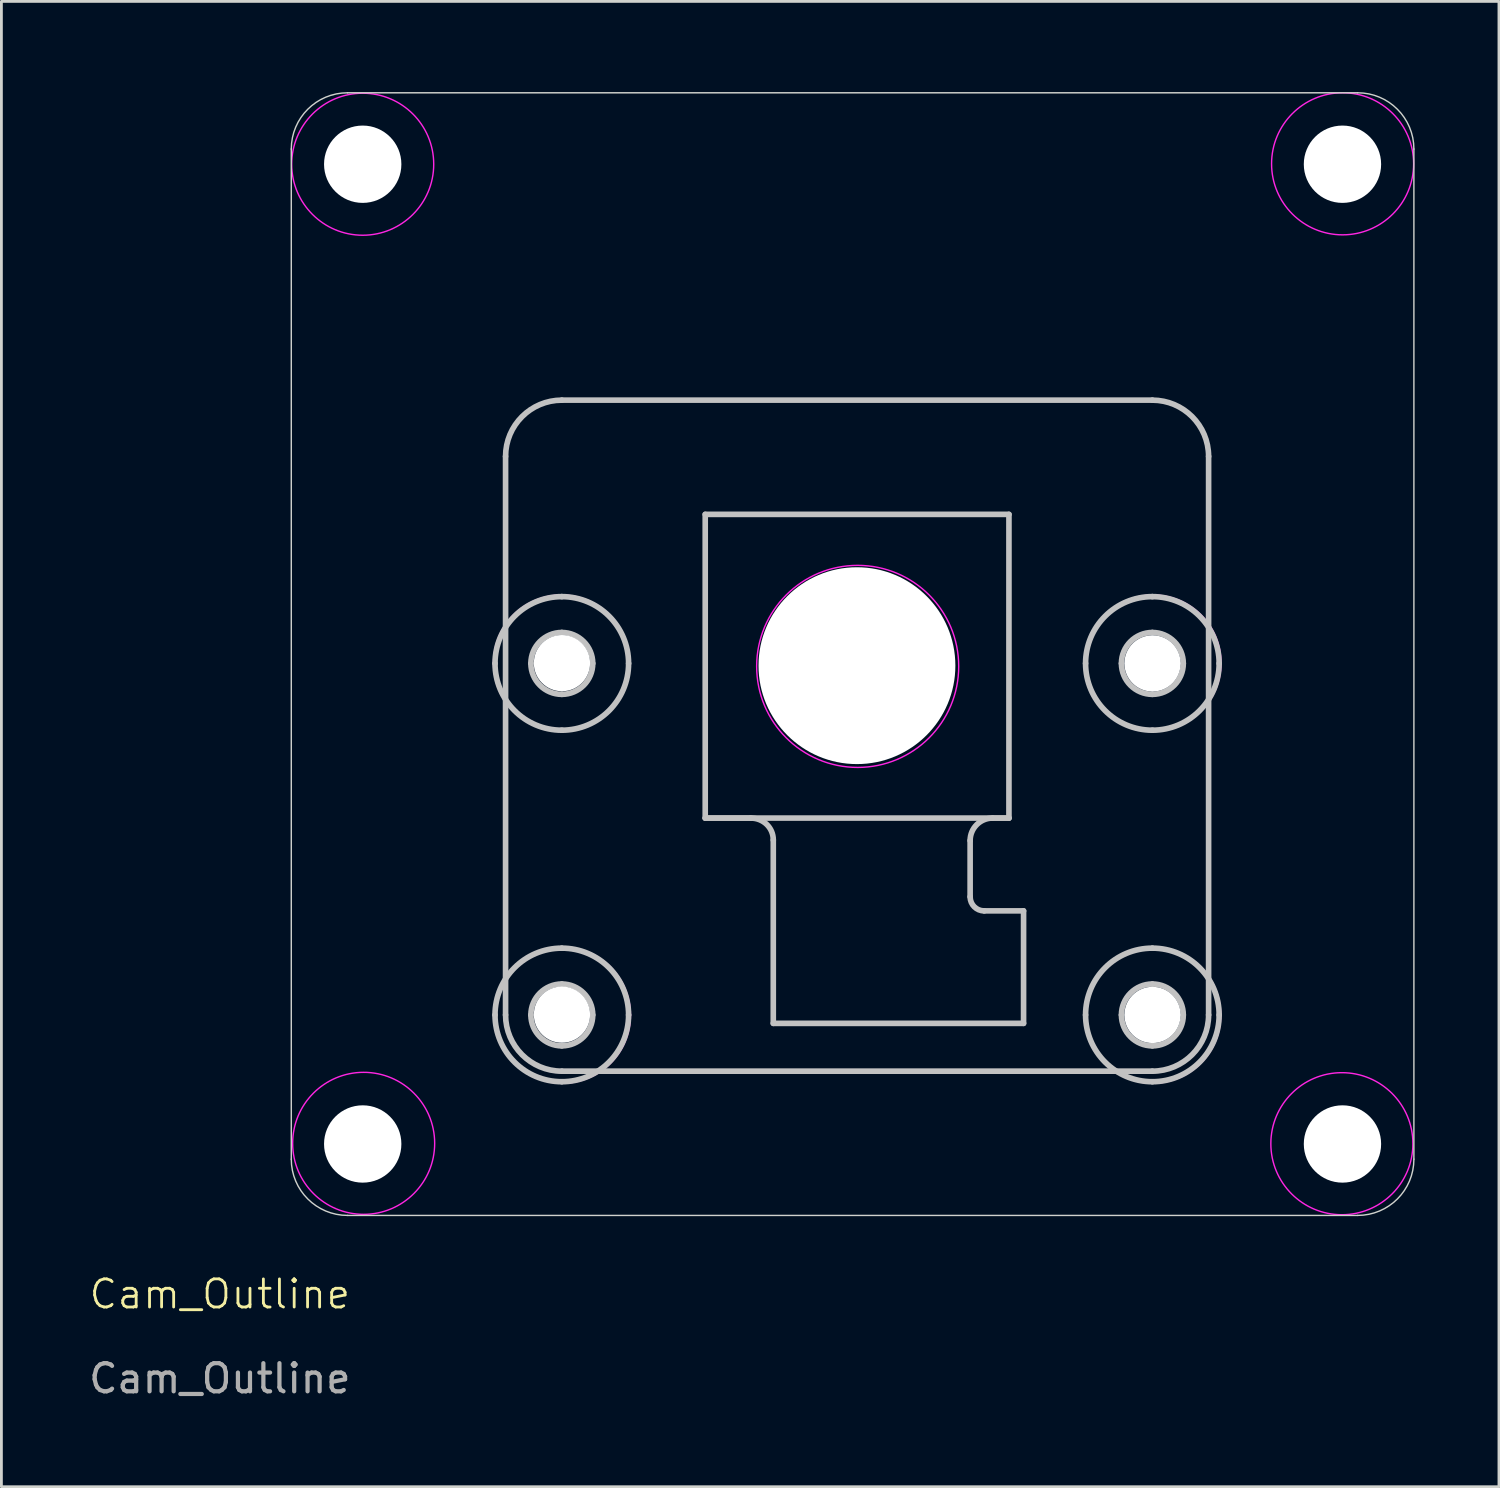
<source format=kicad_pcb>
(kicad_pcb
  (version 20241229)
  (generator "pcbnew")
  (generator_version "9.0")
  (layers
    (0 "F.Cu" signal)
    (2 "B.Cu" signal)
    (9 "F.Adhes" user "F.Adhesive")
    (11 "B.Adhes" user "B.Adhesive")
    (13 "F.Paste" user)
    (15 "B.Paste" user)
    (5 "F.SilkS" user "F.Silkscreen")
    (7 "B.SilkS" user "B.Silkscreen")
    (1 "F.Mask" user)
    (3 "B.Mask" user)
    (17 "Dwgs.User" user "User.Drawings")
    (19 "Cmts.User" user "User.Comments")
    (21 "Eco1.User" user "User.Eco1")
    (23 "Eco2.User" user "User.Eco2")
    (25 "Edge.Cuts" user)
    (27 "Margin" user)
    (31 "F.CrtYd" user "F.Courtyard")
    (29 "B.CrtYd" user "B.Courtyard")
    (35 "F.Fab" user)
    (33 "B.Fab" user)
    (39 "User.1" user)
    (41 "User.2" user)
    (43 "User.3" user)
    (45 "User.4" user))
  (footprint "Cam_Outline"
    (layer "F.Cu")
    (at 7.308 0.25)
    (property "Reference" "Cam_Outline" (at -2.54 42.72 0) (unlocked yes) (layer "F.SilkS") (effects (font (size 1 1) (thickness 0.1))))
    (attr smd)
    (fp_line (start 7.62 32.79) (end 7.62 12.93) (stroke (width 0.2) (type solid)) (layer "Dwgs.User"))
    (fp_line (start 9.621 10.929) (end 30.619 10.929) (stroke (width 0.2) (type solid)) (layer "Dwgs.User"))
    (fp_line (start 14.72 14.991) (end 25.52 14.991) (stroke (width 0.2) (type solid)) (layer "Dwgs.User"))
    (fp_line (start 14.72 25.791) (end 14.72 14.991) (stroke (width 0.2) (type solid)) (layer "Dwgs.User"))
    (fp_line (start 14.72 25.791) (end 16.34 25.791) (stroke (width 0.2) (type solid)) (layer "Dwgs.User"))
    (fp_line (start 17.14 26.57) (end 17.14 33.091) (stroke (width 0.2) (type solid)) (layer "Dwgs.User"))
    (fp_line (start 17.14 33.091) (end 26.04 33.091) (stroke (width 0.2) (type solid)) (layer "Dwgs.User"))
    (fp_line (start 24.14 28.591) (end 24.14 26.591) (stroke (width 0.2) (type solid)) (layer "Dwgs.User"))
    (fp_line (start 24.94 25.791) (end 25.52 25.791) (stroke (width 0.2) (type solid)) (layer "Dwgs.User"))
    (fp_line (start 25.52 14.991) (end 25.52 25.791) (stroke (width 0.2) (type solid)) (layer "Dwgs.User"))
    (fp_line (start 25.52 25.791) (end 14.72 25.791) (stroke (width 0.2) (type solid)) (layer "Dwgs.User"))
    (fp_line (start 26.04 29.091) (end 24.64 29.091) (stroke (width 0.2) (type solid)) (layer "Dwgs.User"))
    (fp_line (start 26.04 33.091) (end 26.04 29.091) (stroke (width 0.2) (type solid)) (layer "Dwgs.User"))
    (fp_line (start 30.619 34.791) (end 9.621 34.791) (stroke (width 0.2) (type solid)) (layer "Dwgs.User"))
    (fp_line (start 32.62 12.93) (end 32.62 32.79) (stroke (width 0.2) (type solid)) (layer "Dwgs.User"))
    (fp_curve (pts (xy 7.245 20.291) (xy 7.245 21.603) (xy 8.308 22.666) (xy 9.62 22.666)) (stroke (width 0.2) (type solid)) (layer "Dwgs.User"))
    (fp_curve (pts (xy 7.245 32.791) (xy 7.245 34.103) (xy 8.308 35.166) (xy 9.62 35.166)) (stroke (width 0.2) (type solid)) (layer "Dwgs.User"))
    (fp_curve (pts (xy 7.62 12.93) (xy 7.62 11.825) (xy 8.516 10.929) (xy 9.621 10.929)) (stroke (width 0.2) (type solid)) (layer "Dwgs.User"))
    (fp_curve (pts (xy 8.52 20.291) (xy 8.52 20.899) (xy 9.013 21.391) (xy 9.62 21.391)) (stroke (width 0.2) (type solid)) (layer "Dwgs.User"))
    (fp_curve (pts (xy 8.52 32.791) (xy 8.52 33.399) (xy 9.013 33.891) (xy 9.62 33.891)) (stroke (width 0.2) (type solid)) (layer "Dwgs.User"))
    (fp_curve (pts (xy 9.62 17.916) (xy 8.308 17.916) (xy 7.245 18.979) (xy 7.245 20.291)) (stroke (width 0.2) (type solid)) (layer "Dwgs.User"))
    (fp_curve (pts (xy 9.62 19.191) (xy 9.013 19.191) (xy 8.52 19.684) (xy 8.52 20.291)) (stroke (width 0.2) (type solid)) (layer "Dwgs.User"))
    (fp_curve (pts (xy 9.62 21.391) (xy 10.228 21.391) (xy 10.72 20.899) (xy 10.72 20.291)) (stroke (width 0.2) (type solid)) (layer "Dwgs.User"))
    (fp_curve (pts (xy 9.62 22.666) (xy 10.932 22.666) (xy 11.995 21.603) (xy 11.995 20.291)) (stroke (width 0.2) (type solid)) (layer "Dwgs.User"))
    (fp_curve (pts (xy 9.62 30.416) (xy 8.308 30.416) (xy 7.245 31.479) (xy 7.245 32.791)) (stroke (width 0.2) (type solid)) (layer "Dwgs.User"))
    (fp_curve (pts (xy 9.62 31.691) (xy 9.013 31.691) (xy 8.52 32.184) (xy 8.52 32.791)) (stroke (width 0.2) (type solid)) (layer "Dwgs.User"))
    (fp_curve (pts (xy 9.62 33.891) (xy 10.228 33.891) (xy 10.72 33.399) (xy 10.72 32.791)) (stroke (width 0.2) (type solid)) (layer "Dwgs.User"))
    (fp_curve (pts (xy 9.62 35.166) (xy 10.932 35.166) (xy 11.995 34.103) (xy 11.995 32.791)) (stroke (width 0.2) (type solid)) (layer "Dwgs.User"))
    (fp_curve (pts (xy 9.621 34.791) (xy 8.516 34.791) (xy 7.62 33.895) (xy 7.62 32.79)) (stroke (width 0.2) (type solid)) (layer "Dwgs.User"))
    (fp_curve (pts (xy 10.72 20.291) (xy 10.72 19.684) (xy 10.228 19.191) (xy 9.62 19.191)) (stroke (width 0.2) (type solid)) (layer "Dwgs.User"))
    (fp_curve (pts (xy 10.72 32.791) (xy 10.72 32.184) (xy 10.228 31.691) (xy 9.62 31.691)) (stroke (width 0.2) (type solid)) (layer "Dwgs.User"))
    (fp_curve (pts (xy 11.995 20.291) (xy 11.995 18.979) (xy 10.932 17.916) (xy 9.62 17.916)) (stroke (width 0.2) (type solid)) (layer "Dwgs.User"))
    (fp_curve (pts (xy 11.995 32.791) (xy 11.995 31.479) (xy 10.932 30.416) (xy 9.62 30.416)) (stroke (width 0.2) (type solid)) (layer "Dwgs.User"))
    (fp_curve (pts (xy 16.34 25.791) (xy 16.782 25.791) (xy 17.14 26.128) (xy 17.14 26.57)) (stroke (width 0.2) (type solid)) (layer "Dwgs.User"))
    (fp_curve (pts (xy 17.245 20.391) (xy 17.245 18.803) (xy 18.532 17.516) (xy 20.12 17.516)) (stroke (width 0.2) (type solid)) (layer "Dwgs.User"))
    (fp_curve (pts (xy 18.843 20.382) (xy 18.843 19.669) (xy 19.42 19.092) (xy 20.133 19.092)) (stroke (width 0.2) (type solid)) (layer "Dwgs.User"))
    (fp_curve (pts (xy 20.12 17.516) (xy 21.708 17.516) (xy 22.995 18.803) (xy 22.995 20.391)) (stroke (width 0.2) (type solid)) (layer "Dwgs.User"))
    (fp_curve (pts (xy 20.12 23.266) (xy 18.532 23.266) (xy 17.245 21.979) (xy 17.245 20.391)) (stroke (width 0.2) (type solid)) (layer "Dwgs.User"))
    (fp_curve (pts (xy 20.133 19.092) (xy 20.845 19.092) (xy 21.423 19.669) (xy 21.423 20.382)) (stroke (width 0.2) (type solid)) (layer "Dwgs.User"))
    (fp_curve (pts (xy 20.133 21.672) (xy 19.42 21.672) (xy 18.843 21.095) (xy 18.843 20.382)) (stroke (width 0.2) (type solid)) (layer "Dwgs.User"))
    (fp_curve (pts (xy 21.423 20.382) (xy 21.423 21.095) (xy 20.845 21.672) (xy 20.133 21.672)) (stroke (width 0.2) (type solid)) (layer "Dwgs.User"))
    (fp_curve (pts (xy 22.995 20.391) (xy 22.995 21.979) (xy 21.708 23.266) (xy 20.12 23.266)) (stroke (width 0.2) (type solid)) (layer "Dwgs.User"))
    (fp_curve (pts (xy 24.14 26.591) (xy 24.14 26.149) (xy 24.498 25.791) (xy 24.94 25.791)) (stroke (width 0.2) (type solid)) (layer "Dwgs.User"))
    (fp_curve (pts (xy 24.64 29.091) (xy 24.364 29.091) (xy 24.14 28.867) (xy 24.14 28.591)) (stroke (width 0.2) (type solid)) (layer "Dwgs.User"))
    (fp_curve (pts (xy 28.245 20.291) (xy 28.245 21.603) (xy 29.308 22.666) (xy 30.62 22.666)) (stroke (width 0.2) (type solid)) (layer "Dwgs.User"))
    (fp_curve (pts (xy 28.245 32.791) (xy 28.245 34.103) (xy 29.308 35.166) (xy 30.62 35.166)) (stroke (width 0.2) (type solid)) (layer "Dwgs.User"))
    (fp_curve (pts (xy 29.52 20.291) (xy 29.52 20.899) (xy 30.013 21.391) (xy 30.62 21.391)) (stroke (width 0.2) (type solid)) (layer "Dwgs.User"))
    (fp_curve (pts (xy 29.52 32.791) (xy 29.52 33.399) (xy 30.013 33.891) (xy 30.62 33.891)) (stroke (width 0.2) (type solid)) (layer "Dwgs.User"))
    (fp_curve (pts (xy 30.619 10.929) (xy 31.724 10.929) (xy 32.62 11.825) (xy 32.62 12.93)) (stroke (width 0.2) (type solid)) (layer "Dwgs.User"))
    (fp_curve (pts (xy 30.62 17.916) (xy 29.308 17.916) (xy 28.245 18.979) (xy 28.245 20.291)) (stroke (width 0.2) (type solid)) (layer "Dwgs.User"))
    (fp_curve (pts (xy 30.62 19.191) (xy 30.013 19.191) (xy 29.52 19.684) (xy 29.52 20.291)) (stroke (width 0.2) (type solid)) (layer "Dwgs.User"))
    (fp_curve (pts (xy 30.62 21.391) (xy 31.227 21.391) (xy 31.72 20.899) (xy 31.72 20.291)) (stroke (width 0.2) (type solid)) (layer "Dwgs.User"))
    (fp_curve (pts (xy 30.62 22.666) (xy 31.932 22.666) (xy 32.995 21.603) (xy 32.995 20.291)) (stroke (width 0.2) (type solid)) (layer "Dwgs.User"))
    (fp_curve (pts (xy 30.62 30.416) (xy 29.308 30.416) (xy 28.245 31.479) (xy 28.245 32.791)) (stroke (width 0.2) (type solid)) (layer "Dwgs.User"))
    (fp_curve (pts (xy 30.62 31.691) (xy 30.013 31.691) (xy 29.52 32.184) (xy 29.52 32.791)) (stroke (width 0.2) (type solid)) (layer "Dwgs.User"))
    (fp_curve (pts (xy 30.62 33.891) (xy 31.227 33.891) (xy 31.72 33.399) (xy 31.72 32.791)) (stroke (width 0.2) (type solid)) (layer "Dwgs.User"))
    (fp_curve (pts (xy 30.62 35.166) (xy 31.932 35.166) (xy 32.995 34.103) (xy 32.995 32.791)) (stroke (width 0.2) (type solid)) (layer "Dwgs.User"))
    (fp_curve (pts (xy 31.72 20.291) (xy 31.72 19.684) (xy 31.227 19.191) (xy 30.62 19.191)) (stroke (width 0.2) (type solid)) (layer "Dwgs.User"))
    (fp_curve (pts (xy 31.72 32.791) (xy 31.72 32.184) (xy 31.227 31.691) (xy 30.62 31.691)) (stroke (width 0.2) (type solid)) (layer "Dwgs.User"))
    (fp_curve (pts (xy 32.62 32.79) (xy 32.62 33.895) (xy 31.724 34.791) (xy 30.619 34.791)) (stroke (width 0.2) (type solid)) (layer "Dwgs.User"))
    (fp_curve (pts (xy 32.995 20.291) (xy 32.995 18.979) (xy 31.932 17.916) (xy 30.62 17.916)) (stroke (width 0.2) (type solid)) (layer "Dwgs.User"))
    (fp_curve (pts (xy 32.995 32.791) (xy 32.995 31.479) (xy 31.932 30.416) (xy 30.62 30.416)) (stroke (width 0.2) (type solid)) (layer "Dwgs.User"))
    (fp_line (start 0 37.92) (end 0 2) (stroke (width 0.05) (type default)) (layer "Edge.Cuts"))
    (fp_line (start 2 0) (end 37.92 0) (stroke (width 0.05) (type default)) (layer "Edge.Cuts"))
    (fp_line (start 37.92 39.92) (end 2 39.92) (stroke (width 0.05) (type default)) (layer "Edge.Cuts"))
    (fp_line (start 39.92 2) (end 39.92 37.92) (stroke (width 0.05) (type default)) (layer "Edge.Cuts"))
    (fp_arc (start 0 2) (mid 0.585786 0.585786) (end 2 0) (stroke (width 0.05) (type default)) (layer "Edge.Cuts"))
    (fp_arc (start 2 39.92) (mid 0.585786 39.334214) (end 0 37.92) (stroke (width 0.05) (type default)) (layer "Edge.Cuts"))
    (fp_arc (start 37.92 0) (mid 39.334214 0.585786) (end 39.92 2) (stroke (width 0.05) (type default)) (layer "Edge.Cuts"))
    (fp_arc (start 39.92 37.92) (mid 39.334214 39.334214) (end 37.92 39.92) (stroke (width 0.05) (type default)) (layer "Edge.Cuts"))
    (fp_circle (center 2.54 2.54) (end 3.942 4.64) (stroke (width 0.05) (type default)) (fill no) (layer "F.CrtYd"))
    (fp_circle (center 2.574 37.357) (end 3.976 39.457) (stroke (width 0.05) (type default)) (fill no) (layer "F.CrtYd"))
    (fp_circle (center 9.611 20.279) (end 10.421 17.999) (stroke (width 0.05) (type default)) (fill no) (layer "F.CrtYd"))
    (fp_circle (center 9.641 32.799) (end 10.451 30.519) (stroke (width 0.05) (type default)) (fill no) (layer "F.CrtYd"))
    (fp_circle (center 20.141 20.397) (end 20.561 16.829) (stroke (width 0.05) (type default)) (fill no) (layer "F.CrtYd"))
    (fp_circle (center 30.631 32.799) (end 31.441 30.519) (stroke (width 0.05) (type default)) (fill no) (layer "F.CrtYd"))
    (fp_circle (center 30.641 20.279) (end 31.451 17.999) (stroke (width 0.05) (type default)) (fill no) (layer "F.CrtYd"))
    (fp_circle (center 37.359 37.37) (end 38.761 39.471) (stroke (width 0.05) (type default)) (fill no) (layer "F.CrtYd"))
    (fp_circle (center 37.385 2.525) (end 38.787 4.626) (stroke (width 0.05) (type default)) (fill no) (layer "F.CrtYd"))
    (fp_text user "${REFERENCE}" (at -2.54 45.72 0) (unlocked yes) (layer "F.Fab") (effects (font (size 1 1) (thickness 0.15))))
    (pad "" np_thru_hole circle (at 2.54 2.54) (size 2.75 2.75) (drill 2.75) (layers "*.Cu" "*.Mask"))
    (pad "" np_thru_hole circle (at 2.54 37.38) (size 2.75 2.75) (drill 2.75) (layers "*.Cu" "*.Mask"))
    (pad "" np_thru_hole circle (at 9.625 20.281) (size 2 2) (drill 2) (layers "*.Cu" "*.Mask"))
    (pad "" np_thru_hole circle (at 9.625 32.781) (size 2 2) (drill 2) (layers "*.Cu" "*.Mask"))
    (pad "" np_thru_hole circle (at 20.115 20.371) (size 7 7) (drill 7) (layers "*.Cu" "*.Mask"))
    (pad "" np_thru_hole circle (at 30.625 20.291) (size 2 2) (drill 2) (layers "*.Cu" "*.Mask"))
    (pad "" np_thru_hole circle (at 30.625 32.791) (size 2 2) (drill 2) (layers "*.Cu" "*.Mask"))
    (pad "" np_thru_hole circle (at 37.38 2.54) (size 2.75 2.75) (drill 2.75) (layers "*.Cu" "*.Mask"))
    (pad "" np_thru_hole circle (at 37.38 37.38) (size 2.75 2.75) (drill 2.75) (layers "*.Cu" "*.Mask")))
  (gr_rect
    (start -3 -3)
    (end 50.253 49.818)
    (stroke (width 0.1) (type default))
    (fill no)
    (layer "Edge.Cuts")))
</source>
